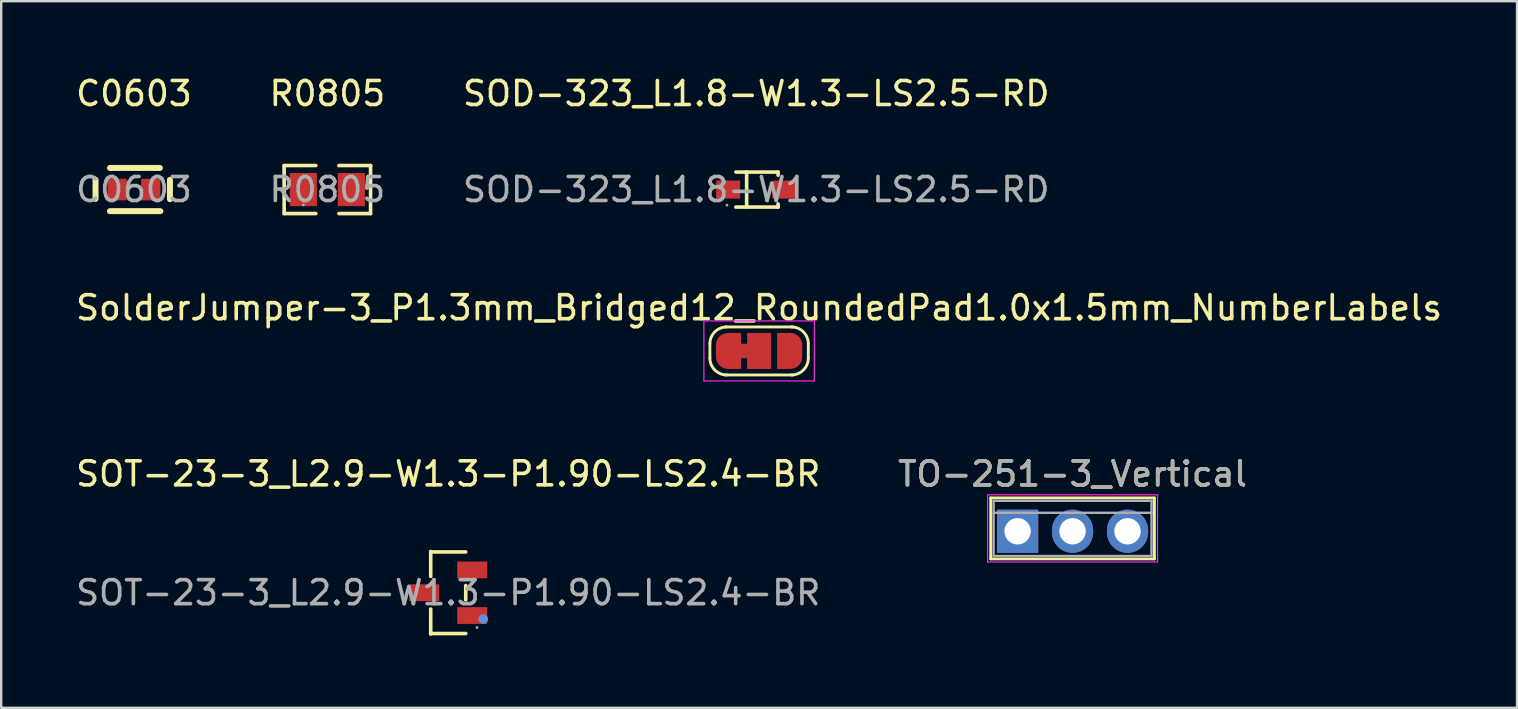
<source format=kicad_pcb>
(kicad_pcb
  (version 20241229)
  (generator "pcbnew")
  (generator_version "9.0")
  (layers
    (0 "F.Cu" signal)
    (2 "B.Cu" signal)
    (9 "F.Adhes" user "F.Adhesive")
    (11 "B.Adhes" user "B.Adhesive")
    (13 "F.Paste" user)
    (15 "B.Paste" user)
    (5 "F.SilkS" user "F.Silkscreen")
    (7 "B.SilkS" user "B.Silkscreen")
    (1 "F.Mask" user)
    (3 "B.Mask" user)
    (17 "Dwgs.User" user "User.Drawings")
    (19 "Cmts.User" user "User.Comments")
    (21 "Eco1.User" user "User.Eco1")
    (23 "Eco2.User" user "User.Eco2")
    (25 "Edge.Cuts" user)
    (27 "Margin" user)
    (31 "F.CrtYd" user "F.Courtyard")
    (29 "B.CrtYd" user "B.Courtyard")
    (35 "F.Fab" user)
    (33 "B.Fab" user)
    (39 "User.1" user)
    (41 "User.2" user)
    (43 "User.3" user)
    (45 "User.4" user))
  (footprint "C0603"
    (layer "F.Cu")
    (at 2.53 4.848)
    (property "Reference" "C0603" (at 0 -4 0) (layer "F.SilkS") (effects (font (size 1 1) (thickness 0.15))))
    (attr smd)
    (fp_line (start -1.6 -0.41) (end -1.6 0.39) (stroke (width 0.25) (type solid)) (layer "F.SilkS"))
    (fp_line (start -1 -0.9) (end 1.08 -0.9) (stroke (width 0.25) (type solid)) (layer "F.SilkS"))
    (fp_line (start 1.1 0.9) (end -1 0.9) (stroke (width 0.25) (type solid)) (layer "F.SilkS"))
    (fp_line (start 1.5 -0.4) (end 1.5 0.4) (stroke (width 0.25) (type solid)) (layer "F.SilkS"))
    (fp_circle (center -0.8 0.4) (end -0.77 0.4) (stroke (width 0.06) (type solid)) (fill no) (layer "F.Fab"))
    (fp_text user "${REFERENCE}" (at 0 0 0) (layer "F.Fab") (effects (font (size 1 1) (thickness 0.15))))
    (pad "1" smd rect (at -0.7 0) (size 0.8 0.9) (layers "F.Cu" "F.Mask" "F.Paste"))
    (pad "2" smd rect (at 0.7 0) (size 0.8 0.9) (layers "F.Cu" "F.Mask" "F.Paste")))
  (footprint "SOD-323_L1.8-W1.3-LS2.5-RD"
    (layer "F.Cu")
    (at 28.458 4.848)
    (property "Reference" "SOD-323_L1.8-W1.3-LS2.5-RD" (at 0 -4 0) (layer "F.SilkS") (effects (font (size 1 1) (thickness 0.15))))
    (attr smd)
    (fp_line (start -0.85 -0.73) (end 0.91 -0.73) (stroke (width 0.15) (type solid)) (layer "F.SilkS"))
    (fp_line (start -0.85 0.73) (end 0.91 0.73) (stroke (width 0.15) (type solid)) (layer "F.SilkS"))
    (fp_line (start -0.4 -0.73) (end -0.4 0.73) (stroke (width 0.15) (type solid)) (layer "F.SilkS"))
    (fp_line (start 0.91 -0.73) (end 0.91 -0.6) (stroke (width 0.15) (type solid)) (layer "F.SilkS"))
    (fp_line (start 0.91 0.73) (end 0.91 0.6) (stroke (width 0.15) (type solid)) (layer "F.SilkS"))
    (fp_circle (center -1.22 0.65) (end -1.19 0.65) (stroke (width 0.06) (type solid)) (fill no) (layer "F.Fab"))
    (fp_text user "${REFERENCE}" (at 0 0 0) (layer "F.Fab") (effects (font (size 1 1) (thickness 0.15))))
    (pad "1" smd rect (at -1.17 0) (size 1 0.75) (layers "F.Cu" "F.Mask" "F.Paste"))
    (pad "2" smd rect (at 1.17 0) (size 1 0.75) (layers "F.Cu" "F.Mask" "F.Paste")))
  (footprint "TO-251-3_Vertical"
    (layer "F.Cu")
    (at 39.347 19.085)
    (property "Reference" "TO-251-3_Vertical" (at 2.29 -2.39 0) (layer "F.SilkS") (effects (font (size 1 1) (thickness 0.15))))
    (attr through_hole)
    (fp_line (start -1.12 -1.39) (end -1.12 1.15) (stroke (width 0.12) (type solid)) (layer "F.SilkS"))
    (fp_line (start -1.12 -1.39) (end 5.7 -1.39) (stroke (width 0.12) (type solid)) (layer "F.SilkS"))
    (fp_line (start -1.12 1.15) (end 5.7 1.15) (stroke (width 0.12) (type solid)) (layer "F.SilkS"))
    (fp_line (start 5.7 -1.39) (end 5.7 1.15) (stroke (width 0.12) (type solid)) (layer "F.SilkS"))
    (fp_line (start -1.25 -1.52) (end -1.25 1.28) (stroke (width 0.05) (type solid)) (layer "F.CrtYd"))
    (fp_line (start -1.25 1.28) (end 5.83 1.28) (stroke (width 0.05) (type solid)) (layer "F.CrtYd"))
    (fp_line (start 5.83 -1.52) (end -1.25 -1.52) (stroke (width 0.05) (type solid)) (layer "F.CrtYd"))
    (fp_line (start 5.83 1.28) (end 5.83 -1.52) (stroke (width 0.05) (type solid)) (layer "F.CrtYd"))
    (fp_line (start -1 -1.27) (end -1 1.03) (stroke (width 0.1) (type solid)) (layer "F.Fab"))
    (fp_line (start -1 -0.77) (end 5.58 -0.77) (stroke (width 0.1) (type solid)) (layer "F.Fab"))
    (fp_line (start -1 1.03) (end 5.58 1.03) (stroke (width 0.1) (type solid)) (layer "F.Fab"))
    (fp_line (start 5.58 -1.27) (end -1 -1.27) (stroke (width 0.1) (type solid)) (layer "F.Fab"))
    (fp_line (start 5.58 1.03) (end 5.58 -1.27) (stroke (width 0.1) (type solid)) (layer "F.Fab"))
    (fp_text user "${REFERENCE}" (at 2.29 -2.39 0) (layer "F.Fab") (effects (font (size 1 1) (thickness 0.15))))
    (pad "1" thru_hole rect (at 0 0) (size 1.718 1.8) (drill 1.1) (layers "*.Cu" "*.Mask"))
    (pad "2" thru_hole oval (at 2.29 0) (size 1.718 1.8) (drill 1.1) (layers "*.Cu" "*.Mask"))
    (pad "3" thru_hole oval (at 4.58 0) (size 1.718 1.8) (drill 1.1) (layers "*.Cu" "*.Mask")))
  (footprint "R0805"
    (layer "F.Cu")
    (at 10.589 4.848)
    (property "Reference" "R0805" (at 0 -4 0) (layer "F.SilkS") (effects (font (size 1 1) (thickness 0.15))))
    (attr smd)
    (fp_line (start -1.8 -1) (end -0.48 -1) (stroke (width 0.15) (type solid)) (layer "F.SilkS"))
    (fp_line (start -1.8 1) (end -1.8 -1) (stroke (width 0.15) (type solid)) (layer "F.SilkS"))
    (fp_line (start -0.48 1) (end -1.8 1) (stroke (width 0.15) (type solid)) (layer "F.SilkS"))
    (fp_line (start 0.48 1) (end 1.8 1) (stroke (width 0.15) (type solid)) (layer "F.SilkS"))
    (fp_line (start 1.8 -1) (end 0.48 -1) (stroke (width 0.15) (type solid)) (layer "F.SilkS"))
    (fp_line (start 1.8 1) (end 1.8 -1) (stroke (width 0.15) (type solid)) (layer "F.SilkS"))
    (fp_circle (center -1 0.64) (end -0.97 0.64) (stroke (width 0.06) (type solid)) (fill no) (layer "F.Fab"))
    (fp_text user "${REFERENCE}" (at 0 0 0) (layer "F.Fab") (effects (font (size 1 1) (thickness 0.15))))
    (pad "1" smd rect (at -1 0) (size 1.13 1.38) (layers "F.Cu" "F.Mask" "F.Paste"))
    (pad "2" smd rect (at 1 0) (size 1.13 1.38) (layers "F.Cu" "F.Mask" "F.Paste")))
  (footprint "SOT-23-3_L2.9-W1.3-P1.90-LS2.4-BR"
    (layer "F.Cu")
    (at 15.625 21.645)
    (property "Reference" "SOT-23-3_L2.9-W1.3-P1.90-LS2.4-BR" (at 0 -4.95 0) (layer "F.SilkS") (effects (font (size 1 1) (thickness 0.15))))
    (attr smd)
    (fp_line (start -0.73 -1.72) (end -0.73 -0.68) (stroke (width 0.15) (type solid)) (layer "F.SilkS"))
    (fp_line (start -0.73 1.72) (end -0.73 0.68) (stroke (width 0.15) (type solid)) (layer "F.SilkS"))
    (fp_line (start 0.73 -1.7) (end -0.73 -1.7) (stroke (width 0.15) (type solid)) (layer "F.SilkS"))
    (fp_line (start 0.73 -0.3) (end 0.73 0.3) (stroke (width 0.15) (type solid)) (layer "F.SilkS"))
    (fp_line (start 0.73 1.7) (end -0.73 1.7) (stroke (width 0.15) (type solid)) (layer "F.SilkS"))
    (fp_circle (center 1.46 1.1) (end 1.56 1.1) (stroke (width 0.2) (type solid)) (fill no) (layer "Cmts.User"))
    (fp_circle (center 1.2 1.45) (end 1.23 1.45) (stroke (width 0.06) (type solid)) (fill no) (layer "F.Fab"))
    (fp_text user "${REFERENCE}" (at 0 0 0) (layer "F.Fab") (effects (font (size 1 1) (thickness 0.15))))
    (pad "1" smd rect (at 1 0.95) (size 1.25 0.7) (layers "F.Cu" "F.Mask" "F.Paste"))
    (pad "2" smd rect (at 1 -0.95) (size 1.25 0.7) (layers "F.Cu" "F.Mask" "F.Paste"))
    (pad "3" smd rect (at -1 0) (size 1.25 0.7) (layers "F.Cu" "F.Mask" "F.Paste")))
  (footprint "SolderJumper-3_P1.3mm_Bridged12_RoundedPad1.0x1.5mm_NumberLabels"
    (layer "F.Cu")
    (at 28.577 11.572)
    (property "Reference" "SolderJumper-3_P1.3mm_Bridged12_RoundedPad1.0x1.5mm_NumberLabels" (at 0 -1.8 0) (layer "F.SilkS") (effects (font (size 1 1) (thickness 0.15))))
    (attr exclude_from_pos_files exclude_from_bom)
    (fp_poly (pts (xy -0.9 -0.3) (xy -0.4 -0.3) (xy -0.4 0.3) (xy -0.9 0.3)) (stroke (width 0) (type solid)) (fill yes) (layer "F.Cu"))
    (fp_line (start -2.05 0.3) (end -2.05 -0.3) (stroke (width 0.12) (type solid)) (layer "F.SilkS"))
    (fp_line (start -1.4 -1) (end 1.4 -1) (stroke (width 0.12) (type solid)) (layer "F.SilkS"))
    (fp_line (start 1.4 1) (end -1.4 1) (stroke (width 0.12) (type solid)) (layer "F.SilkS"))
    (fp_line (start 2.05 -0.3) (end 2.05 0.3) (stroke (width 0.12) (type solid)) (layer "F.SilkS"))
    (fp_arc (start -2.05 -0.3) (mid -1.844975 -0.794975) (end -1.35 -1) (stroke (width 0.12) (type solid)) (layer "F.SilkS"))
    (fp_arc (start -1.35 1) (mid -1.844975 0.794975) (end -2.05 0.3) (stroke (width 0.12) (type solid)) (layer "F.SilkS"))
    (fp_arc (start 1.35 -1) (mid 1.844975 -0.794975) (end 2.05 -0.3) (stroke (width 0.12) (type solid)) (layer "F.SilkS"))
    (fp_arc (start 2.05 0.3) (mid 1.844975 0.794975) (end 1.35 1) (stroke (width 0.12) (type solid)) (layer "F.SilkS"))
    (fp_line (start -2.3 -1.25) (end -2.3 1.25) (stroke (width 0.05) (type solid)) (layer "F.CrtYd"))
    (fp_line (start -2.3 -1.25) (end 2.3 -1.25) (stroke (width 0.05) (type solid)) (layer "F.CrtYd"))
    (fp_line (start 2.3 1.25) (end -2.3 1.25) (stroke (width 0.05) (type solid)) (layer "F.CrtYd"))
    (fp_line (start 2.3 1.25) (end 2.3 -1.25) (stroke (width 0.05) (type solid)) (layer "F.CrtYd"))
    (pad "1" smd custom (at -1.3 0) (size 1 0.5) (layers "F.Cu" "F.Mask") (options (anchor rect)) (primitives (gr_poly (pts (xy 0.55 0.75) (xy 0 0.75) (xy 0 -0.75) (xy 0.55 -0.75)) (width 0) (fill yes)) (gr_circle (center 0 0.25) (end 0.5 0.25) (width 0) (fill yes)) (gr_circle (center 0 -0.25) (end 0.5 -0.25) (width 0) (fill yes))))
    (pad "2" smd rect (at 0 0) (size 1 1.5) (layers "F.Cu" "F.Mask"))
    (pad "3" smd custom (at 1.3 0) (size 1 0.5) (layers "F.Cu" "F.Mask") (options (anchor rect)) (primitives (gr_circle (center 0 0.25) (end 0.5 0.25) (width 0) (fill yes)) (gr_circle (center 0 -0.25) (end 0.5 -0.25) (width 0) (fill yes)) (gr_poly (pts (xy 0 0.75) (xy -0.55 0.75) (xy -0.55 -0.75) (xy 0 -0.75)) (width 0) (fill yes)))))
  (gr_rect
    (start -3 -3)
    (end 60.155 26.44)
    (stroke (width 0.1) (type default))
    (fill no)
    (layer "Edge.Cuts")))
</source>
